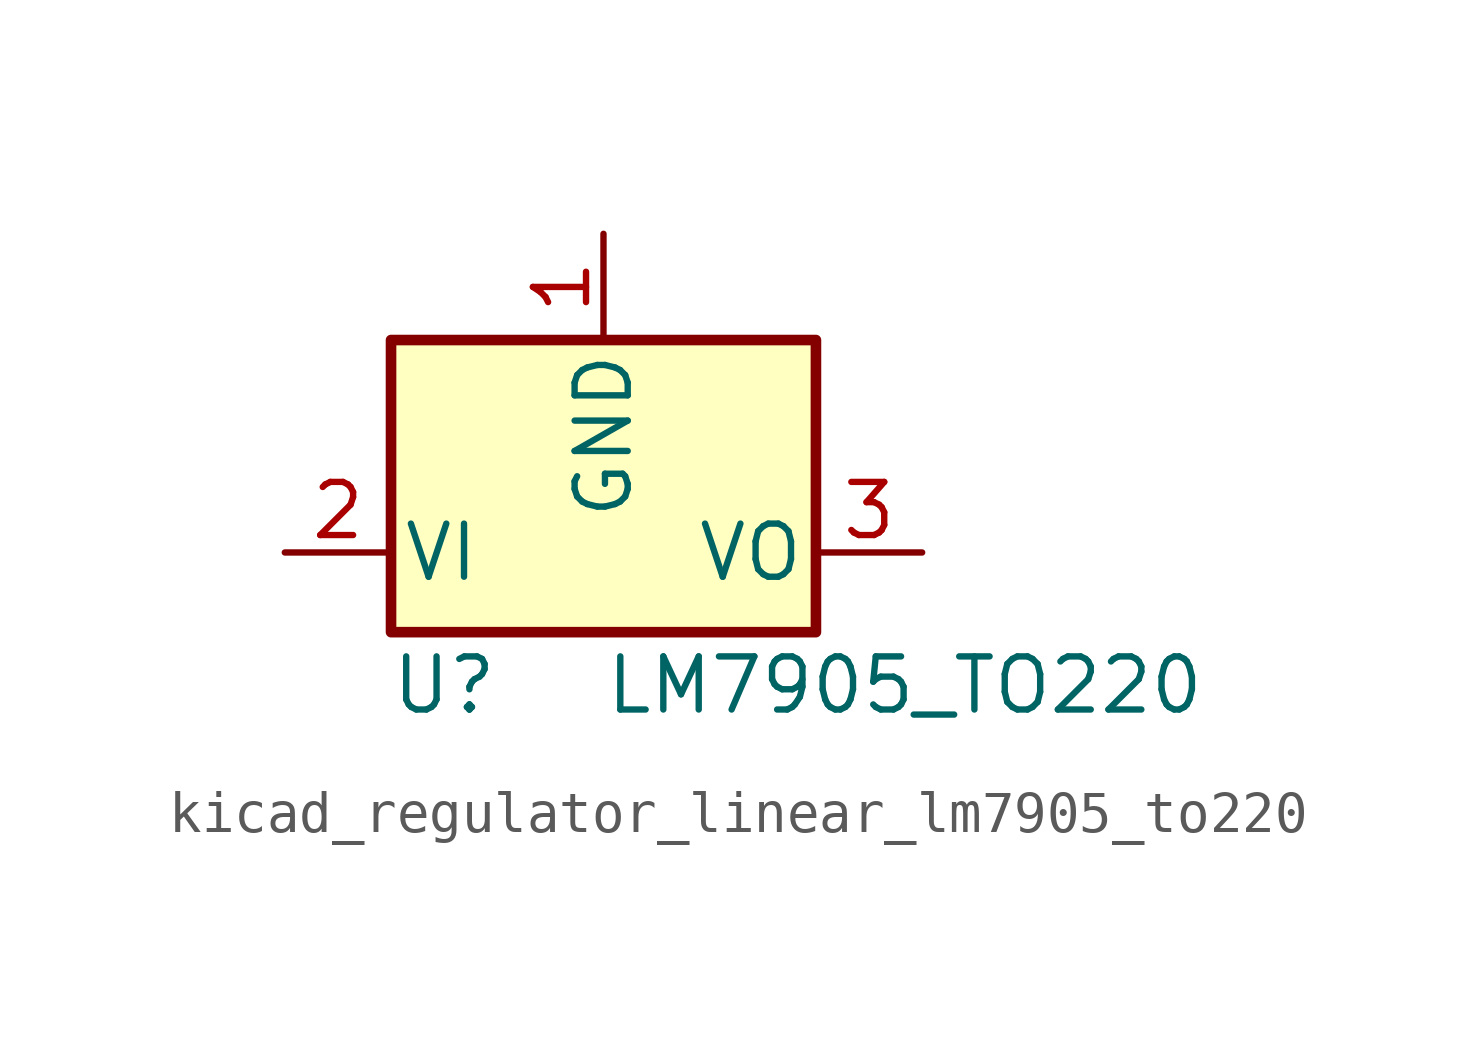
<source format=kicad_sym>
(kicad_symbol_lib
  (version 20220914)
  (generator kicad_symbol_editor)
  (symbol "kicad_regulator_linear_lm7905_to220"
    (pin_names
      (offset 0.254))
    (property "Reference" "U"
      (at -3.81 -3.175 0)
      (effects (font (size 1.27 1.27))))
    (property "Value" "LM7905_TO220"
      (at 0 -3.175 0)
      (effects (font (size 1.27 1.27)) (justify left)))
    (symbol "kicad_regulator_linear_lm7905_to220_0_1"
      (rectangle (start -5.08 5.08) (end 5.08 -1.905) (stroke (width 0.254) (type default)) (fill (type background))))
    (symbol "kicad_regulator_linear_lm7905_to220_1_1"
      (pin power_in line (at 0 7.62 270) (length 2.54) (name "GND" (effects (font (size 1.27 1.27)))) (number "1" (effects (font (size 1.27 1.27)))))
      (pin power_in line (at -7.62 0 0) (length 2.54) (name "VI" (effects (font (size 1.27 1.27)))) (number "2" (effects (font (size 1.27 1.27)))))
      (pin power_out line (at 7.62 0 180) (length 2.54) (name "VO" (effects (font (size 1.27 1.27)))) (number "3" (effects (font (size 1.27 1.27))))))))
</source>
